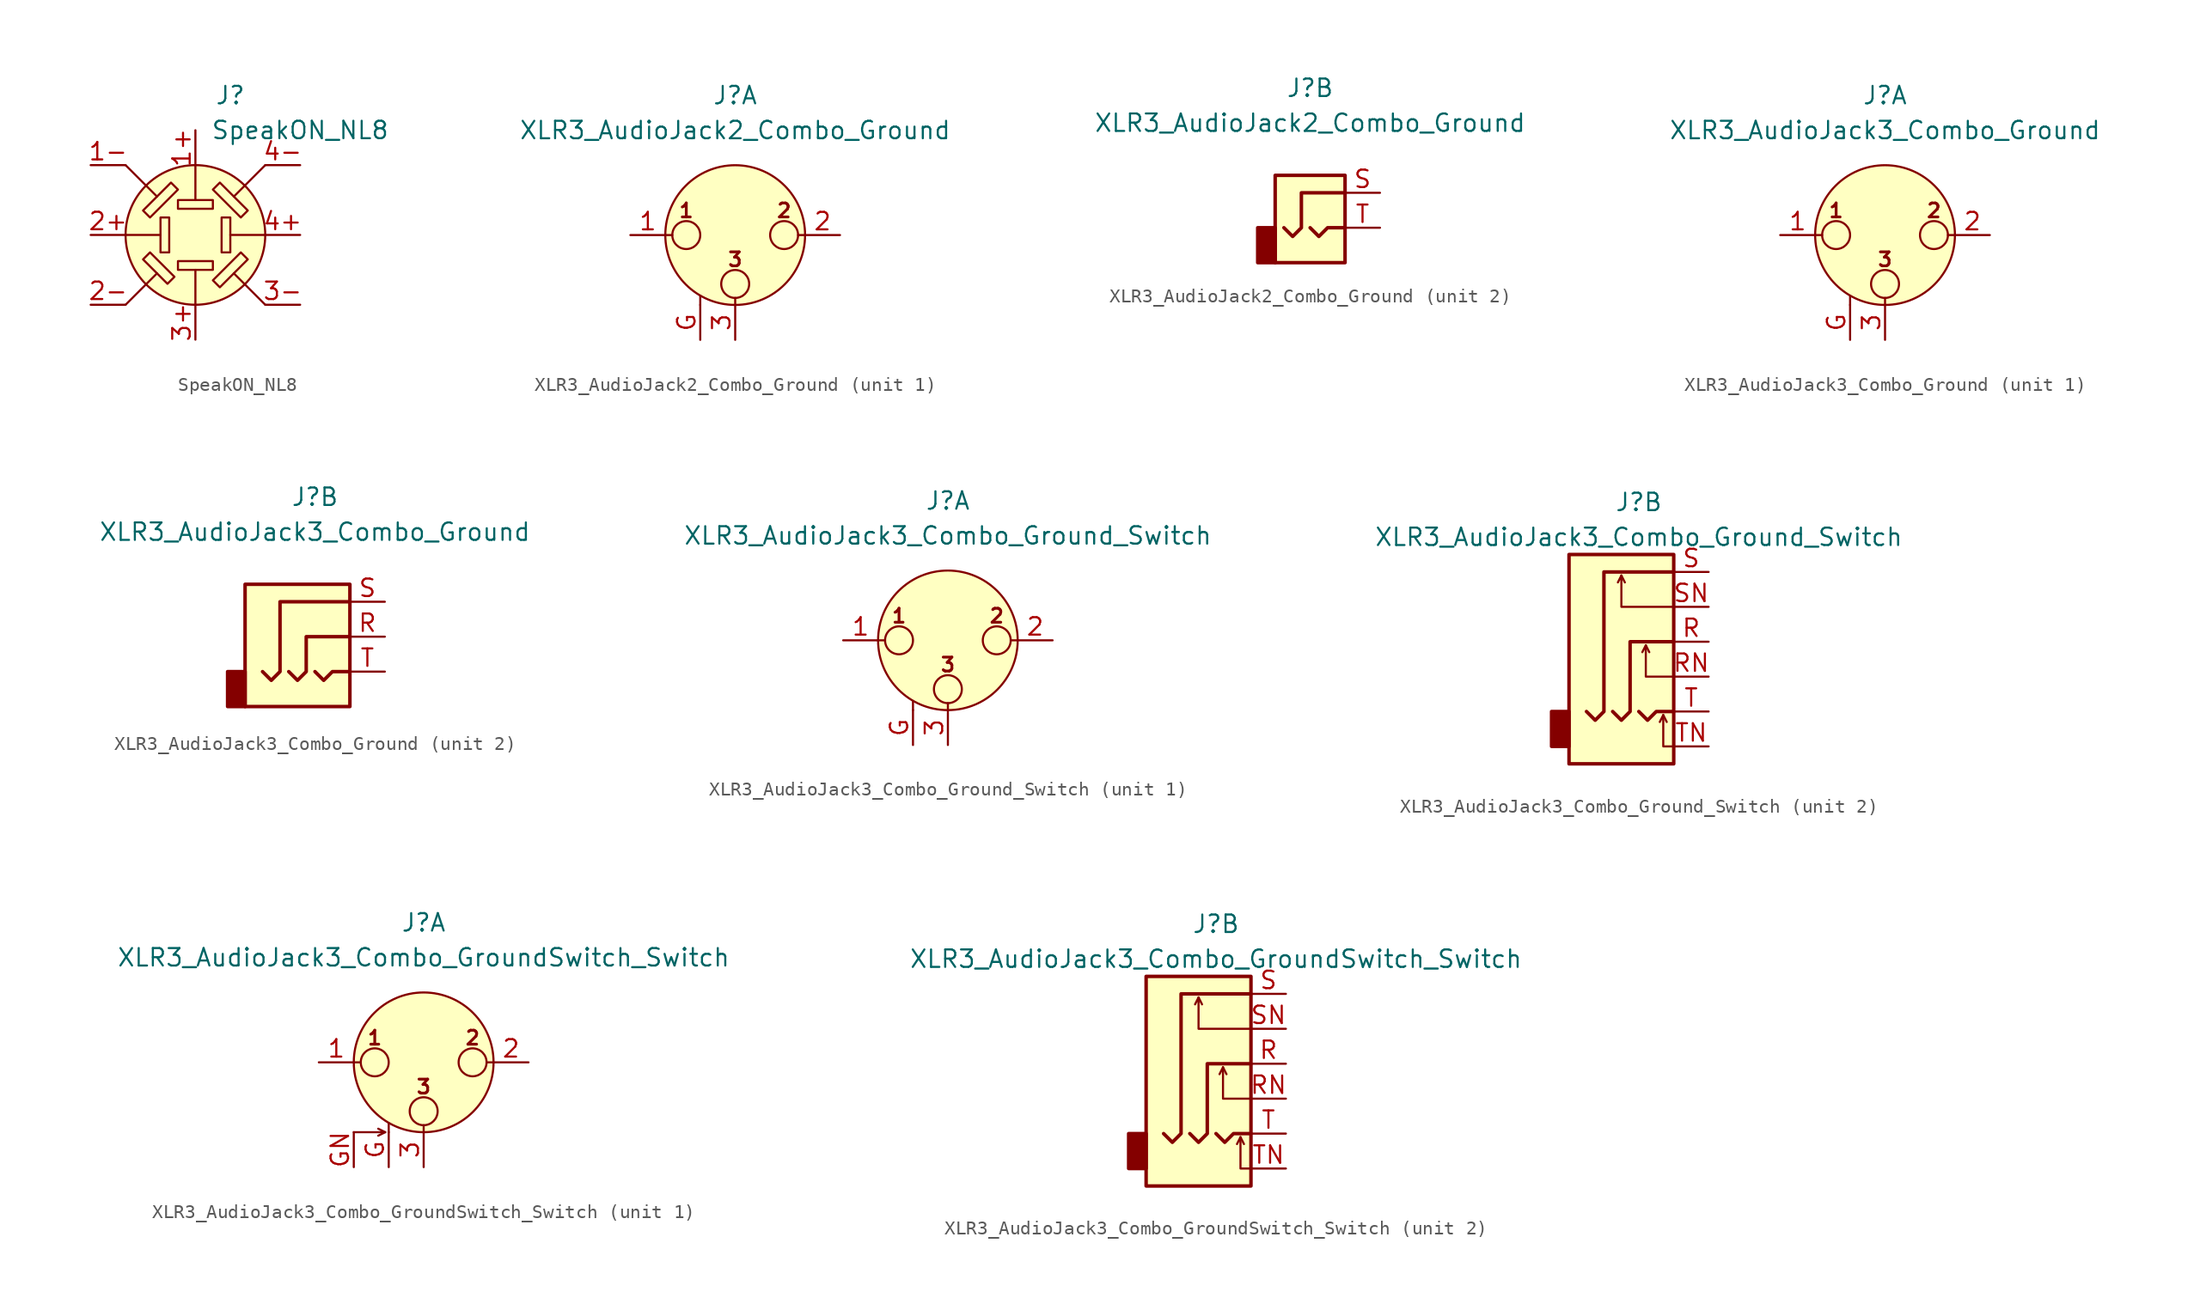
<source format=kicad_sym>
(kicad_symbol_lib
  (version 20231120)
  (generator "kicad_symbol_editor")
  (generator_version "8.0")
  (symbol "SpeakON_NL8"
    (pin_names hide)
    (property "Reference" "J"
      (at 2.54 10.16 0)
      (effects (font (size 1.27 1.27))))
    (property "Value" "SpeakON_NL8"
      (at 7.62 7.62 0)
      (effects (font (size 1.27 1.27))))
    (symbol "SpeakON_NL8_0_1"
      (rectangle (start -2.54 1.27) (end -1.905 -1.27) (stroke (width 0) (type default)) (fill (type none)))
      (rectangle (start -1.27 -2.54) (end 1.27 -1.905) (stroke (width 0) (type default)) (fill (type none)))
      (rectangle (start -1.27 2.54) (end 1.27 1.905) (stroke (width 0) (type default)) (fill (type none)))
      (polyline (pts (xy -5.08 -5.08) (xy -2.794 -2.794)) (stroke (width 0) (type default)) (fill (type none)))
      (polyline (pts (xy -5.08 0) (xy -2.54 0)) (stroke (width 0) (type default)) (fill (type none)))
      (polyline (pts (xy -2.794 2.794) (xy -5.08 5.08)) (stroke (width 0) (type default)) (fill (type none)))
      (polyline (pts (xy 0 -5.08) (xy 0 -2.54)) (stroke (width 0) (type default)) (fill (type none)))
      (polyline (pts (xy 0 5.08) (xy 0 2.54)) (stroke (width 0) (type default)) (fill (type none)))
      (polyline (pts (xy 5.08 -5.08) (xy 2.794 -2.794)) (stroke (width 0) (type default)) (fill (type none)))
      (polyline (pts (xy 5.08 0) (xy 2.54 0)) (stroke (width 0) (type default)) (fill (type none)))
      (polyline (pts (xy 5.08 5.08) (xy 2.794 2.794)) (stroke (width 0) (type default)) (fill (type none)))
      (polyline (pts (xy -3.302 -1.27) (xy -1.524 -3.048) (xy -2.032 -3.556) (xy -3.81 -1.778) (xy -3.302 -1.27)) (stroke (width 0) (type default)) (fill (type none)))
      (polyline (pts (xy -1.27 3.302) (xy -3.302 1.27) (xy -3.81 1.778) (xy -1.778 3.81) (xy -1.27 3.302)) (stroke (width 0) (type default)) (fill (type none)))
      (polyline (pts (xy 1.27 3.302) (xy 3.302 1.27) (xy 3.81 1.778) (xy 1.778 3.81) (xy 1.27 3.302)) (stroke (width 0) (type default)) (fill (type none)))
      (polyline (pts (xy 3.302 -1.27) (xy 1.27 -3.302) (xy 1.778 -3.81) (xy 3.81 -1.778) (xy 3.302 -1.27)) (stroke (width 0) (type default)) (fill (type none)))
      (circle (center 0 0) (radius 5.08) (stroke (width 0) (type default)) (fill (type background)))
      (rectangle (start 2.54 1.27) (end 1.905 -1.27) (stroke (width 0) (type default)) (fill (type none)))
      (pin passive line (at -7.62 5.08 0) (length 2.54) (name "1-" (effects (font (size 1.27 1.27)))) (number "1-" (effects (font (size 1.27 1.27)))))
      (pin passive line (at -7.62 0 0) (length 2.54) (name "2+" (effects (font (size 1.27 1.27)))) (number "2+" (effects (font (size 1.27 1.27)))))
      (pin passive line (at -7.62 -5.08 0) (length 2.54) (name "2-" (effects (font (size 1.27 1.27)))) (number "2-" (effects (font (size 1.27 1.27)))))
      (pin passive line (at 0 -7.62 90) (length 2.54) (name "3+" (effects (font (size 1.27 1.27)))) (number "3+" (effects (font (size 1.27 1.27)))))
      (pin passive line (at 7.62 -5.08 180) (length 2.54) (name "3-" (effects (font (size 1.27 1.27)))) (number "3-" (effects (font (size 1.27 1.27)))))
      (pin passive line (at 7.62 0 180) (length 2.54) (name "4+" (effects (font (size 1.27 1.27)))) (number "4+" (effects (font (size 1.27 1.27)))))
      (pin passive line (at 7.62 5.08 180) (length 2.54) (name "4-" (effects (font (size 1.27 1.27)))) (number "4-" (effects (font (size 1.27 1.27))))))
    (symbol "SpeakON_NL8_1_1"
      (pin passive line (at 0 7.62 270) (length 2.54) (name "1+" (effects (font (size 1.27 1.27)))) (number "1+" (effects (font (size 1.27 1.27)))))))
  (symbol "XLR3_AudioJack2_Combo_Ground"
    (pin_names hide)
    (property "Reference" "J"
      (at 0 10.16 0)
      (effects (font (size 1.27 1.27))))
    (property "Value" "XLR3_AudioJack2_Combo_Ground"
      (at 0 7.62 0)
      (effects (font (size 1.27 1.27))))
    (symbol "XLR3_AudioJack2_Combo_Ground_1_1"
      (circle (center -3.556 0) (radius 1.016) (stroke (width 0) (type default)) (fill (type none)))
      (circle (center 0 -3.556) (radius 1.016) (stroke (width 0) (type default)) (fill (type none)))
      (polyline (pts (xy -5.08 0) (xy -4.572 0)) (stroke (width 0) (type default)) (fill (type none)))
      (polyline (pts (xy -2.54 -5.08) (xy -2.54 -4.445)) (stroke (width 0) (type default)) (fill (type none)))
      (polyline (pts (xy 0 -5.08) (xy 0 -4.572)) (stroke (width 0) (type default)) (fill (type none)))
      (polyline (pts (xy 5.08 0) (xy 4.572 0)) (stroke (width 0) (type default)) (fill (type none)))
      (circle (center 0 0) (radius 5.08) (stroke (width 0) (type default)) (fill (type background)))
      (circle (center 3.556 0) (radius 1.016) (stroke (width 0) (type default)) (fill (type none)))
      (text "1" (at -3.556 1.778 0) (effects (font (size 1.016 1.016) (bold yes))))
      (text "2" (at 3.556 1.778 0) (effects (font (size 1.016 1.016) (bold yes))))
      (text "3" (at 0 -1.778 0) (effects (font (size 1.016 1.016) (bold yes))))
      (pin passive line (at -7.62 0 0) (length 2.54) (name "~" (effects (font (size 1.27 1.27)))) (number "1" (effects (font (size 1.27 1.27)))))
      (pin passive line (at 7.62 0 180) (length 2.54) (name "~" (effects (font (size 1.27 1.27)))) (number "2" (effects (font (size 1.27 1.27)))))
      (pin passive line (at 0 -7.62 90) (length 2.54) (name "~" (effects (font (size 1.27 1.27)))) (number "3" (effects (font (size 1.27 1.27)))))
      (pin passive line (at -2.54 -7.62 90) (length 2.54) (name "~" (effects (font (size 1.27 1.27)))) (number "G" (effects (font (size 1.27 1.27))))))
    (symbol "XLR3_AudioJack2_Combo_Ground_2_1"
      (rectangle (start -2.54 0) (end -3.81 -2.54) (stroke (width 0.254) (type default)) (fill (type outline)))
      (polyline (pts (xy 0 0) (xy 0.635 -0.635) (xy 1.27 0) (xy 2.54 0)) (stroke (width 0.254) (type default)) (fill (type none)))
      (polyline (pts (xy 2.54 2.54) (xy -0.635 2.54) (xy -0.635 0) (xy -1.27 -0.635) (xy -1.905 0)) (stroke (width 0.254) (type default)) (fill (type none)))
      (rectangle (start 2.54 3.81) (end -2.54 -2.54) (stroke (width 0.254) (type default)) (fill (type background)))
      (pin passive line (at 5.08 2.54 180) (length 2.54) (name "~" (effects (font (size 1.27 1.27)))) (number "S" (effects (font (size 1.27 1.27)))))
      (pin passive line (at 5.08 0 180) (length 2.54) (name "~" (effects (font (size 1.27 1.27)))) (number "T" (effects (font (size 1.27 1.27)))))))
  (symbol "XLR3_AudioJack3_Combo_Ground"
    (pin_names hide)
    (property "Reference" "J"
      (at 0 10.16 0)
      (effects (font (size 1.27 1.27))))
    (property "Value" "XLR3_AudioJack3_Combo_Ground"
      (at 0 7.62 0)
      (effects (font (size 1.27 1.27))))
    (symbol "XLR3_AudioJack3_Combo_Ground_1_1"
      (circle (center -3.556 0) (radius 1.016) (stroke (width 0) (type default)) (fill (type none)))
      (circle (center 0 -3.556) (radius 1.016) (stroke (width 0) (type default)) (fill (type none)))
      (polyline (pts (xy -5.08 0) (xy -4.572 0)) (stroke (width 0) (type default)) (fill (type none)))
      (polyline (pts (xy -2.54 -5.08) (xy -2.54 -4.445)) (stroke (width 0) (type default)) (fill (type none)))
      (polyline (pts (xy 0 -5.08) (xy 0 -4.572)) (stroke (width 0) (type default)) (fill (type none)))
      (polyline (pts (xy 5.08 0) (xy 4.572 0)) (stroke (width 0) (type default)) (fill (type none)))
      (circle (center 0 0) (radius 5.08) (stroke (width 0) (type default)) (fill (type background)))
      (circle (center 3.556 0) (radius 1.016) (stroke (width 0) (type default)) (fill (type none)))
      (text "1" (at -3.556 1.778 0) (effects (font (size 1.016 1.016) (bold yes))))
      (text "2" (at 3.556 1.778 0) (effects (font (size 1.016 1.016) (bold yes))))
      (text "3" (at 0 -1.778 0) (effects (font (size 1.016 1.016) (bold yes))))
      (pin passive line (at -7.62 0 0) (length 2.54) (name "~" (effects (font (size 1.27 1.27)))) (number "1" (effects (font (size 1.27 1.27)))))
      (pin passive line (at 7.62 0 180) (length 2.54) (name "~" (effects (font (size 1.27 1.27)))) (number "2" (effects (font (size 1.27 1.27)))))
      (pin passive line (at 0 -7.62 90) (length 2.54) (name "~" (effects (font (size 1.27 1.27)))) (number "3" (effects (font (size 1.27 1.27)))))
      (pin passive line (at -2.54 -7.62 90) (length 2.54) (name "~" (effects (font (size 1.27 1.27)))) (number "G" (effects (font (size 1.27 1.27))))))
    (symbol "XLR3_AudioJack3_Combo_Ground_2_1"
      (rectangle (start -5.08 -2.54) (end -6.35 -5.08) (stroke (width 0.254) (type default)) (fill (type outline)))
      (polyline (pts (xy 0 -2.54) (xy 0.635 -3.175) (xy 1.27 -2.54) (xy 2.54 -2.54)) (stroke (width 0.254) (type default)) (fill (type none)))
      (polyline (pts (xy -1.905 -2.54) (xy -1.27 -3.175) (xy -0.635 -2.54) (xy -0.635 0) (xy 2.54 0)) (stroke (width 0.254) (type default)) (fill (type none)))
      (polyline (pts (xy 2.54 2.54) (xy -2.54 2.54) (xy -2.54 -2.54) (xy -3.175 -3.175) (xy -3.81 -2.54)) (stroke (width 0.254) (type default)) (fill (type none)))
      (rectangle (start 2.54 3.81) (end -5.08 -5.08) (stroke (width 0.254) (type default)) (fill (type background)))
      (pin passive line (at 5.08 0 180) (length 2.54) (name "~" (effects (font (size 1.27 1.27)))) (number "R" (effects (font (size 1.27 1.27)))))
      (pin passive line (at 5.08 2.54 180) (length 2.54) (name "~" (effects (font (size 1.27 1.27)))) (number "S" (effects (font (size 1.27 1.27)))))
      (pin passive line (at 5.08 -2.54 180) (length 2.54) (name "~" (effects (font (size 1.27 1.27)))) (number "T" (effects (font (size 1.27 1.27)))))))
  (symbol "XLR3_AudioJack3_Combo_Ground_Switch"
    (pin_names hide)
    (property "Reference" "J"
      (at 0 10.16 0)
      (effects (font (size 1.27 1.27))))
    (property "Value" "XLR3_AudioJack3_Combo_Ground_Switch"
      (at 0 7.62 0)
      (effects (font (size 1.27 1.27))))
    (symbol "XLR3_AudioJack3_Combo_Ground_Switch_1_1"
      (circle (center -3.556 0) (radius 1.016) (stroke (width 0) (type default)) (fill (type none)))
      (circle (center 0 -3.556) (radius 1.016) (stroke (width 0) (type default)) (fill (type none)))
      (polyline (pts (xy -5.08 0) (xy -4.572 0)) (stroke (width 0) (type default)) (fill (type none)))
      (polyline (pts (xy -2.54 -5.08) (xy -2.54 -4.445)) (stroke (width 0) (type default)) (fill (type none)))
      (polyline (pts (xy 0 -5.08) (xy 0 -4.572)) (stroke (width 0) (type default)) (fill (type none)))
      (polyline (pts (xy 5.08 0) (xy 4.572 0)) (stroke (width 0) (type default)) (fill (type none)))
      (circle (center 0 0) (radius 5.08) (stroke (width 0) (type default)) (fill (type background)))
      (circle (center 3.556 0) (radius 1.016) (stroke (width 0) (type default)) (fill (type none)))
      (text "1" (at -3.556 1.778 0) (effects (font (size 1.016 1.016) (bold yes))))
      (text "2" (at 3.556 1.778 0) (effects (font (size 1.016 1.016) (bold yes))))
      (text "3" (at 0 -1.778 0) (effects (font (size 1.016 1.016) (bold yes))))
      (pin passive line (at -7.62 0 0) (length 2.54) (name "~" (effects (font (size 1.27 1.27)))) (number "1" (effects (font (size 1.27 1.27)))))
      (pin passive line (at 7.62 0 180) (length 2.54) (name "~" (effects (font (size 1.27 1.27)))) (number "2" (effects (font (size 1.27 1.27)))))
      (pin passive line (at 0 -7.62 90) (length 2.54) (name "~" (effects (font (size 1.27 1.27)))) (number "3" (effects (font (size 1.27 1.27)))))
      (pin passive line (at -2.54 -7.62 90) (length 2.54) (name "~" (effects (font (size 1.27 1.27)))) (number "G" (effects (font (size 1.27 1.27))))))
    (symbol "XLR3_AudioJack3_Combo_Ground_Switch_2_1"
      (rectangle (start -5.08 -5.08) (end -6.35 -7.62) (stroke (width 0.254) (type default)) (fill (type outline)))
      (polyline (pts (xy -1.27 4.826) (xy -1.016 4.318)) (stroke (width 0) (type default)) (fill (type none)))
      (polyline (pts (xy 0.508 -0.254) (xy 0.762 -0.762)) (stroke (width 0) (type default)) (fill (type none)))
      (polyline (pts (xy 1.778 -5.334) (xy 2.032 -5.842)) (stroke (width 0) (type default)) (fill (type none)))
      (polyline (pts (xy 0 -5.08) (xy 0.635 -5.715) (xy 1.27 -5.08) (xy 2.54 -5.08)) (stroke (width 0.254) (type default)) (fill (type none)))
      (polyline (pts (xy 2.54 -7.62) (xy 1.778 -7.62) (xy 1.778 -5.334) (xy 1.524 -5.842)) (stroke (width 0) (type default)) (fill (type none)))
      (polyline (pts (xy 2.54 -2.54) (xy 0.508 -2.54) (xy 0.508 -0.254) (xy 0.254 -0.762)) (stroke (width 0) (type default)) (fill (type none)))
      (polyline (pts (xy 2.54 2.54) (xy -1.27 2.54) (xy -1.27 4.826) (xy -1.524 4.318)) (stroke (width 0) (type default)) (fill (type none)))
      (polyline (pts (xy -1.905 -5.08) (xy -1.27 -5.715) (xy -0.635 -5.08) (xy -0.635 0) (xy 2.54 0)) (stroke (width 0.254) (type default)) (fill (type none)))
      (polyline (pts (xy 2.54 5.08) (xy -2.54 5.08) (xy -2.54 -5.08) (xy -3.175 -5.715) (xy -3.81 -5.08)) (stroke (width 0.254) (type default)) (fill (type none)))
      (rectangle (start 2.54 6.35) (end -5.08 -8.89) (stroke (width 0.254) (type default)) (fill (type background)))
      (pin passive line (at 5.08 0 180) (length 2.54) (name "~" (effects (font (size 1.27 1.27)))) (number "R" (effects (font (size 1.27 1.27)))))
      (pin passive line (at 5.08 -2.54 180) (length 2.54) (name "~" (effects (font (size 1.27 1.27)))) (number "RN" (effects (font (size 1.27 1.27)))))
      (pin passive line (at 5.08 5.08 180) (length 2.54) (name "~" (effects (font (size 1.27 1.27)))) (number "S" (effects (font (size 1.27 1.27)))))
      (pin passive line (at 5.08 2.54 180) (length 2.54) (name "~" (effects (font (size 1.27 1.27)))) (number "SN" (effects (font (size 1.27 1.27)))))
      (pin passive line (at 5.08 -5.08 180) (length 2.54) (name "~" (effects (font (size 1.27 1.27)))) (number "T" (effects (font (size 1.27 1.27)))))
      (pin passive line (at 5.08 -7.62 180) (length 2.54) (name "~" (effects (font (size 1.27 1.27)))) (number "TN" (effects (font (size 1.27 1.27)))))))
  (symbol "XLR3_AudioJack3_Combo_GroundSwitch_Switch"
    (pin_names hide)
    (property "Reference" "J"
      (at 0 10.16 0)
      (effects (font (size 1.27 1.27))))
    (property "Value" "XLR3_AudioJack3_Combo_GroundSwitch_Switch"
      (at 0 7.62 0)
      (effects (font (size 1.27 1.27))))
    (symbol "XLR3_AudioJack3_Combo_GroundSwitch_Switch_1_1"
      (circle (center -3.556 0) (radius 1.016) (stroke (width 0) (type default)) (fill (type none)))
      (circle (center 0 -3.556) (radius 1.016) (stroke (width 0) (type default)) (fill (type none)))
      (polyline (pts (xy -5.08 0) (xy -4.572 0)) (stroke (width 0) (type default)) (fill (type none)))
      (polyline (pts (xy -2.794 -5.08) (xy -3.302 -5.334)) (stroke (width 0) (type default)) (fill (type none)))
      (polyline (pts (xy -2.54 -5.08) (xy -2.54 -4.445)) (stroke (width 0) (type default)) (fill (type none)))
      (polyline (pts (xy 0 -5.08) (xy 0 -4.572)) (stroke (width 0) (type default)) (fill (type none)))
      (polyline (pts (xy 5.08 0) (xy 4.572 0)) (stroke (width 0) (type default)) (fill (type none)))
      (polyline (pts (xy -5.08 -5.08) (xy -2.794 -5.08) (xy -3.302 -4.826)) (stroke (width 0) (type default)) (fill (type none)))
      (circle (center 0 0) (radius 5.08) (stroke (width 0) (type default)) (fill (type background)))
      (circle (center 3.556 0) (radius 1.016) (stroke (width 0) (type default)) (fill (type none)))
      (text "1" (at -3.556 1.778 0) (effects (font (size 1.016 1.016) (bold yes))))
      (text "2" (at 3.556 1.778 0) (effects (font (size 1.016 1.016) (bold yes))))
      (text "3" (at 0 -1.778 0) (effects (font (size 1.016 1.016) (bold yes))))
      (pin passive line (at -7.62 0 0) (length 2.54) (name "~" (effects (font (size 1.27 1.27)))) (number "1" (effects (font (size 1.27 1.27)))))
      (pin passive line (at 7.62 0 180) (length 2.54) (name "~" (effects (font (size 1.27 1.27)))) (number "2" (effects (font (size 1.27 1.27)))))
      (pin passive line (at 0 -7.62 90) (length 2.54) (name "~" (effects (font (size 1.27 1.27)))) (number "3" (effects (font (size 1.27 1.27)))))
      (pin passive line (at -2.54 -7.62 90) (length 2.54) (name "~" (effects (font (size 1.27 1.27)))) (number "G" (effects (font (size 1.27 1.27)))))
      (pin passive line (at -5.08 -7.62 90) (length 2.54) (name "~" (effects (font (size 1.27 1.27)))) (number "GN" (effects (font (size 1.27 1.27))))))
    (symbol "XLR3_AudioJack3_Combo_GroundSwitch_Switch_2_1"
      (rectangle (start -5.08 -5.08) (end -6.35 -7.62) (stroke (width 0.254) (type default)) (fill (type outline)))
      (polyline (pts (xy -1.27 4.826) (xy -1.016 4.318)) (stroke (width 0) (type default)) (fill (type none)))
      (polyline (pts (xy 0.508 -0.254) (xy 0.762 -0.762)) (stroke (width 0) (type default)) (fill (type none)))
      (polyline (pts (xy 1.778 -5.334) (xy 2.032 -5.842)) (stroke (width 0) (type default)) (fill (type none)))
      (polyline (pts (xy 0 -5.08) (xy 0.635 -5.715) (xy 1.27 -5.08) (xy 2.54 -5.08)) (stroke (width 0.254) (type default)) (fill (type none)))
      (polyline (pts (xy 2.54 -7.62) (xy 1.778 -7.62) (xy 1.778 -5.334) (xy 1.524 -5.842)) (stroke (width 0) (type default)) (fill (type none)))
      (polyline (pts (xy 2.54 -2.54) (xy 0.508 -2.54) (xy 0.508 -0.254) (xy 0.254 -0.762)) (stroke (width 0) (type default)) (fill (type none)))
      (polyline (pts (xy 2.54 2.54) (xy -1.27 2.54) (xy -1.27 4.826) (xy -1.524 4.318)) (stroke (width 0) (type default)) (fill (type none)))
      (polyline (pts (xy -1.905 -5.08) (xy -1.27 -5.715) (xy -0.635 -5.08) (xy -0.635 0) (xy 2.54 0)) (stroke (width 0.254) (type default)) (fill (type none)))
      (polyline (pts (xy 2.54 5.08) (xy -2.54 5.08) (xy -2.54 -5.08) (xy -3.175 -5.715) (xy -3.81 -5.08)) (stroke (width 0.254) (type default)) (fill (type none)))
      (rectangle (start 2.54 6.35) (end -5.08 -8.89) (stroke (width 0.254) (type default)) (fill (type background)))
      (pin passive line (at 5.08 0 180) (length 2.54) (name "~" (effects (font (size 1.27 1.27)))) (number "R" (effects (font (size 1.27 1.27)))))
      (pin passive line (at 5.08 -2.54 180) (length 2.54) (name "~" (effects (font (size 1.27 1.27)))) (number "RN" (effects (font (size 1.27 1.27)))))
      (pin passive line (at 5.08 5.08 180) (length 2.54) (name "~" (effects (font (size 1.27 1.27)))) (number "S" (effects (font (size 1.27 1.27)))))
      (pin passive line (at 5.08 2.54 180) (length 2.54) (name "~" (effects (font (size 1.27 1.27)))) (number "SN" (effects (font (size 1.27 1.27)))))
      (pin passive line (at 5.08 -5.08 180) (length 2.54) (name "~" (effects (font (size 1.27 1.27)))) (number "T" (effects (font (size 1.27 1.27)))))
      (pin passive line (at 5.08 -7.62 180) (length 2.54) (name "~" (effects (font (size 1.27 1.27)))) (number "TN" (effects (font (size 1.27 1.27))))))))
</source>
